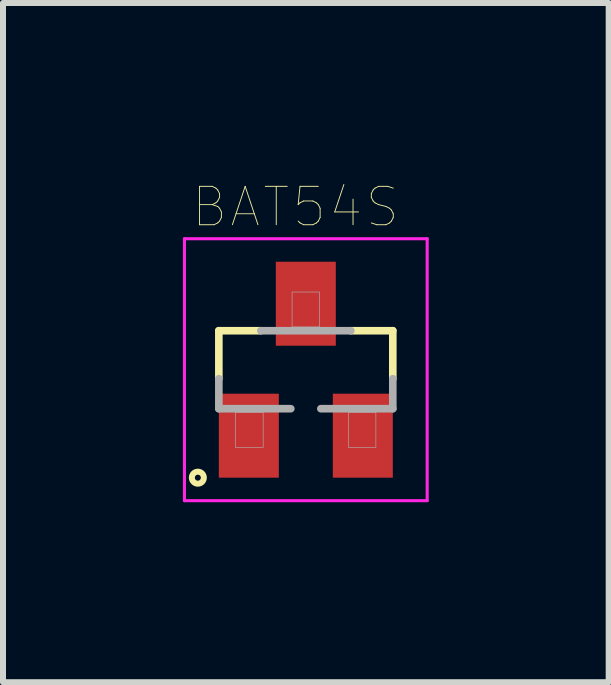
<source format=kicad_pcb>
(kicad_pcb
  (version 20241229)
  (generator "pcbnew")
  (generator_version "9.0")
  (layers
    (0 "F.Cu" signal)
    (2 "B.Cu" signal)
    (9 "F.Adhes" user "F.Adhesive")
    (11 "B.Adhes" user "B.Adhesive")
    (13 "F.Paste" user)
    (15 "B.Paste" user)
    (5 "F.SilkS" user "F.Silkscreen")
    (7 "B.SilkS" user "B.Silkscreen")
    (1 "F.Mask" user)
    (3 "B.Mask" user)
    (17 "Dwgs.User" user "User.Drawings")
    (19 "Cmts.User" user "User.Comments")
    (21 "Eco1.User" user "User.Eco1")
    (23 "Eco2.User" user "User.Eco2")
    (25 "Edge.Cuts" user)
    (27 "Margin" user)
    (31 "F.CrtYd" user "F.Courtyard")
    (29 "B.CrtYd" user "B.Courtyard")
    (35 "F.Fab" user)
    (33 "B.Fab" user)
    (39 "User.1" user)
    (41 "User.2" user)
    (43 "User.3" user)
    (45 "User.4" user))
  (footprint "BAT54S"
    (layer "F.Cu")
    (at 2.048 3.113)
    (property "Reference" "BAT54S" (at -0.173 -2.712 0) (layer "F.SilkS") (effects (font (size 0.64 0.64) (thickness 0.015))))
    (attr through_hole)
    (fp_line (start -1.45 -0.65) (end -1.45 0.15) (stroke (width 0.127) (type solid)) (layer "F.SilkS"))
    (fp_line (start -1.45 -0.65) (end -0.75 -0.65) (stroke (width 0.127) (type solid)) (layer "F.SilkS"))
    (fp_line (start 1.45 -0.65) (end 0.75 -0.65) (stroke (width 0.127) (type solid)) (layer "F.SilkS"))
    (fp_line (start 1.45 -0.65) (end 1.45 0.15) (stroke (width 0.127) (type solid)) (layer "F.SilkS"))
    (fp_circle (center -1.8 1.8) (end -1.7 1.8) (stroke (width 0.1) (type solid)) (fill no) (layer "F.SilkS"))
    (fp_line (start -2.023 -2.183) (end 2.023 -2.183) (stroke (width 0.051) (type solid)) (layer "F.CrtYd"))
    (fp_line (start -2.023 2.183) (end -2.023 -2.183) (stroke (width 0.051) (type solid)) (layer "F.CrtYd"))
    (fp_line (start 2.023 -2.183) (end 2.023 2.183) (stroke (width 0.051) (type solid)) (layer "F.CrtYd"))
    (fp_line (start 2.023 2.183) (end -2.023 2.183) (stroke (width 0.051) (type solid)) (layer "F.CrtYd"))
    (fp_line (start -1.45 0.15) (end -1.45 0.65) (stroke (width 0.127) (type solid)) (layer "F.Fab"))
    (fp_line (start -1.45 0.65) (end -0.25 0.65) (stroke (width 0.127) (type solid)) (layer "F.Fab"))
    (fp_line (start -0.75 -0.65) (end 0.75 -0.65) (stroke (width 0.127) (type solid)) (layer "F.Fab"))
    (fp_line (start 0.25 0.65) (end 1.45 0.65) (stroke (width 0.127) (type solid)) (layer "F.Fab"))
    (fp_line (start 1.45 0.65) (end 1.45 0.15) (stroke (width 0.127) (type solid)) (layer "F.Fab"))
    (fp_poly (pts (xy -1.171 0.711) (xy -0.711 0.711) (xy -0.711 1.298) (xy -1.171 1.298)) (stroke (width 0.01) (type solid)) (fill no) (layer "F.Fab"))
    (fp_poly (pts (xy -0.229 -1.295) (xy 0.229 -1.295) (xy 0.229 -0.713) (xy -0.229 -0.713)) (stroke (width 0.01) (type solid)) (fill no) (layer "F.Fab"))
    (fp_poly (pts (xy 0.712 0.711) (xy 1.168 0.711) (xy 1.168 1.297) (xy 0.712 1.297)) (stroke (width 0.01) (type solid)) (fill no) (layer "F.Fab"))
    (pad "1" smd rect (at -0.95 1.1) (size 1 1.4) (layers "F.Cu" "F.Mask" "F.Paste"))
    (pad "2" smd rect (at 0.95 1.1) (size 1 1.4) (layers "F.Cu" "F.Mask" "F.Paste"))
    (pad "3" smd rect (at 0 -1.1) (size 1 1.4) (layers "F.Cu" "F.Mask" "F.Paste")))
  (gr_rect
    (start -3 -3)
    (end 7.097 8.322)
    (stroke (width 0.1) (type default))
    (fill no)
    (layer "Edge.Cuts")))
</source>
